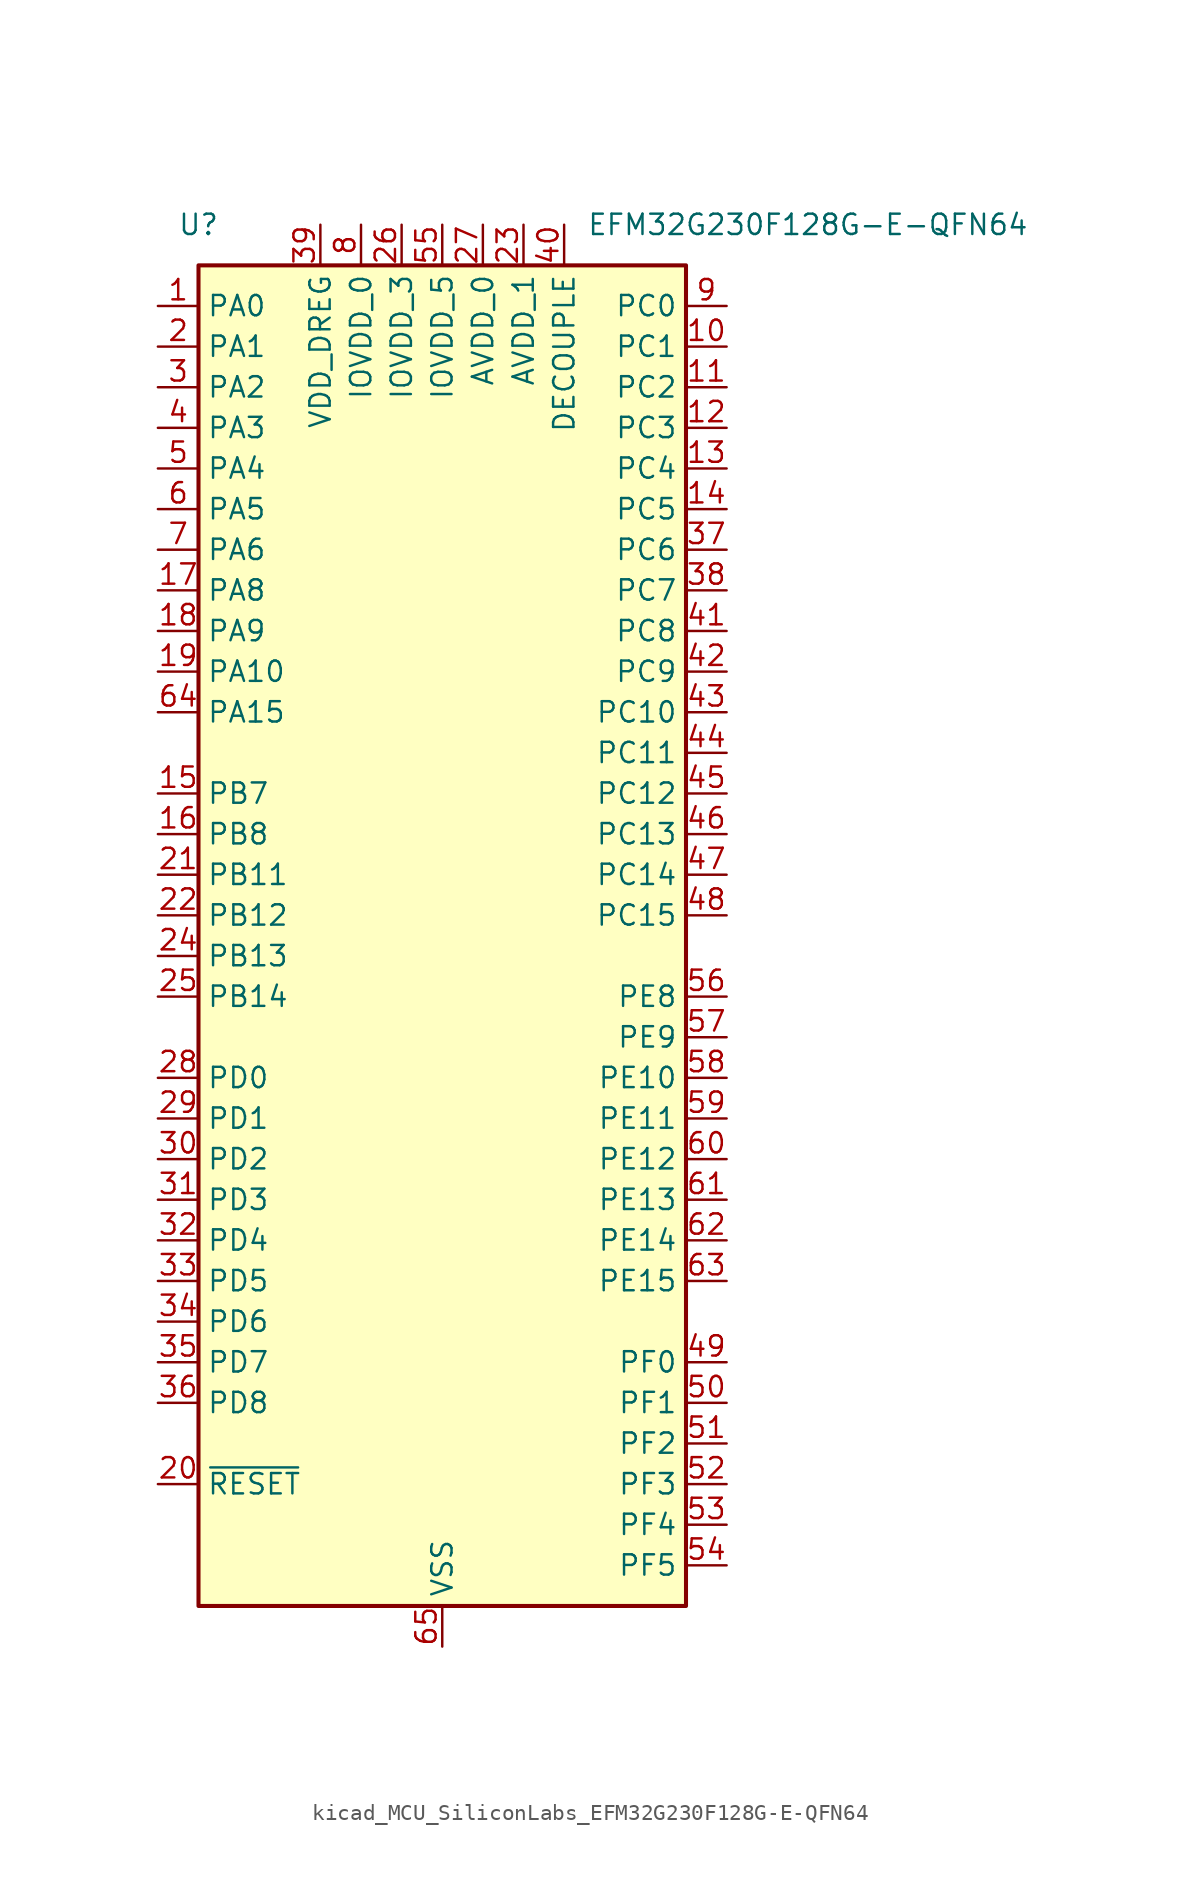
<source format=kicad_sym>
(kicad_symbol_lib
  (version 20220914)
  (generator kicad_symbol_editor)
  (symbol "kicad_MCU_SiliconLabs_EFM32G230F128G-E-QFN64"
    (property "Reference" "U"
      (at -15.24 43.18 0)
      (effects (font (size 1.27 1.27))))
    (property "Value" "EFM32G230F128G-E-QFN64"
      (at 22.86 43.18 0)
      (effects (font (size 1.27 1.27))))
    (symbol "kicad_MCU_SiliconLabs_EFM32G230F128G-E-QFN64_0_1"
      (rectangle (start -15.24 40.64) (end 15.24 -43.18) (stroke (width 0.254) (type default)) (fill (type background))))
    (symbol "kicad_MCU_SiliconLabs_EFM32G230F128G-E-QFN64_1_1"
      (pin bidirectional line (at -17.78 38.1 0) (length 2.54) (name "PA0" (effects (font (size 1.27 1.27)))) (number "1" (effects (font (size 1.27 1.27)))))
      (pin bidirectional line (at 17.78 35.56 180) (length 2.54) (name "PC1" (effects (font (size 1.27 1.27)))) (number "10" (effects (font (size 1.27 1.27)))))
      (pin bidirectional line (at 17.78 33.02 180) (length 2.54) (name "PC2" (effects (font (size 1.27 1.27)))) (number "11" (effects (font (size 1.27 1.27)))))
      (pin bidirectional line (at 17.78 30.48 180) (length 2.54) (name "PC3" (effects (font (size 1.27 1.27)))) (number "12" (effects (font (size 1.27 1.27)))))
      (pin bidirectional line (at 17.78 27.94 180) (length 2.54) (name "PC4" (effects (font (size 1.27 1.27)))) (number "13" (effects (font (size 1.27 1.27)))))
      (pin bidirectional line (at 17.78 25.4 180) (length 2.54) (name "PC5" (effects (font (size 1.27 1.27)))) (number "14" (effects (font (size 1.27 1.27)))))
      (pin bidirectional line (at -17.78 7.62 0) (length 2.54) (name "PB7" (effects (font (size 1.27 1.27)))) (number "15" (effects (font (size 1.27 1.27)))))
      (pin bidirectional line (at -17.78 5.08 0) (length 2.54) (name "PB8" (effects (font (size 1.27 1.27)))) (number "16" (effects (font (size 1.27 1.27)))))
      (pin bidirectional line (at -17.78 20.32 0) (length 2.54) (name "PA8" (effects (font (size 1.27 1.27)))) (number "17" (effects (font (size 1.27 1.27)))))
      (pin bidirectional line (at -17.78 17.78 0) (length 2.54) (name "PA9" (effects (font (size 1.27 1.27)))) (number "18" (effects (font (size 1.27 1.27)))))
      (pin bidirectional line (at -17.78 15.24 0) (length 2.54) (name "PA10" (effects (font (size 1.27 1.27)))) (number "19" (effects (font (size 1.27 1.27)))))
      (pin bidirectional line (at -17.78 35.56 0) (length 2.54) (name "PA1" (effects (font (size 1.27 1.27)))) (number "2" (effects (font (size 1.27 1.27)))))
      (pin input line (at -17.78 -35.56 0) (length 2.54) (name "~{RESET}" (effects (font (size 1.27 1.27)))) (number "20" (effects (font (size 1.27 1.27)))))
      (pin bidirectional line (at -17.78 2.54 0) (length 2.54) (name "PB11" (effects (font (size 1.27 1.27)))) (number "21" (effects (font (size 1.27 1.27)))))
      (pin bidirectional line (at -17.78 0 0) (length 2.54) (name "PB12" (effects (font (size 1.27 1.27)))) (number "22" (effects (font (size 1.27 1.27)))))
      (pin power_in line (at 5.08 43.18 270) (length 2.54) (name "AVDD_1" (effects (font (size 1.27 1.27)))) (number "23" (effects (font (size 1.27 1.27)))))
      (pin bidirectional line (at -17.78 -2.54 0) (length 2.54) (name "PB13" (effects (font (size 1.27 1.27)))) (number "24" (effects (font (size 1.27 1.27)))))
      (pin bidirectional line (at -17.78 -5.08 0) (length 2.54) (name "PB14" (effects (font (size 1.27 1.27)))) (number "25" (effects (font (size 1.27 1.27)))))
      (pin power_in line (at -2.54 43.18 270) (length 2.54) (name "IOVDD_3" (effects (font (size 1.27 1.27)))) (number "26" (effects (font (size 1.27 1.27)))))
      (pin power_in line (at 2.54 43.18 270) (length 2.54) (name "AVDD_0" (effects (font (size 1.27 1.27)))) (number "27" (effects (font (size 1.27 1.27)))))
      (pin bidirectional line (at -17.78 -10.16 0) (length 2.54) (name "PD0" (effects (font (size 1.27 1.27)))) (number "28" (effects (font (size 1.27 1.27)))))
      (pin bidirectional line (at -17.78 -12.7 0) (length 2.54) (name "PD1" (effects (font (size 1.27 1.27)))) (number "29" (effects (font (size 1.27 1.27)))))
      (pin bidirectional line (at -17.78 33.02 0) (length 2.54) (name "PA2" (effects (font (size 1.27 1.27)))) (number "3" (effects (font (size 1.27 1.27)))))
      (pin bidirectional line (at -17.78 -15.24 0) (length 2.54) (name "PD2" (effects (font (size 1.27 1.27)))) (number "30" (effects (font (size 1.27 1.27)))))
      (pin bidirectional line (at -17.78 -17.78 0) (length 2.54) (name "PD3" (effects (font (size 1.27 1.27)))) (number "31" (effects (font (size 1.27 1.27)))))
      (pin bidirectional line (at -17.78 -20.32 0) (length 2.54) (name "PD4" (effects (font (size 1.27 1.27)))) (number "32" (effects (font (size 1.27 1.27)))))
      (pin bidirectional line (at -17.78 -22.86 0) (length 2.54) (name "PD5" (effects (font (size 1.27 1.27)))) (number "33" (effects (font (size 1.27 1.27)))))
      (pin bidirectional line (at -17.78 -25.4 0) (length 2.54) (name "PD6" (effects (font (size 1.27 1.27)))) (number "34" (effects (font (size 1.27 1.27)))))
      (pin bidirectional line (at -17.78 -27.94 0) (length 2.54) (name "PD7" (effects (font (size 1.27 1.27)))) (number "35" (effects (font (size 1.27 1.27)))))
      (pin bidirectional line (at -17.78 -30.48 0) (length 2.54) (name "PD8" (effects (font (size 1.27 1.27)))) (number "36" (effects (font (size 1.27 1.27)))))
      (pin bidirectional line (at 17.78 22.86 180) (length 2.54) (name "PC6" (effects (font (size 1.27 1.27)))) (number "37" (effects (font (size 1.27 1.27)))))
      (pin bidirectional line (at 17.78 20.32 180) (length 2.54) (name "PC7" (effects (font (size 1.27 1.27)))) (number "38" (effects (font (size 1.27 1.27)))))
      (pin power_in line (at -7.62 43.18 270) (length 2.54) (name "VDD_DREG" (effects (font (size 1.27 1.27)))) (number "39" (effects (font (size 1.27 1.27)))))
      (pin bidirectional line (at -17.78 30.48 0) (length 2.54) (name "PA3" (effects (font (size 1.27 1.27)))) (number "4" (effects (font (size 1.27 1.27)))))
      (pin passive line (at 7.62 43.18 270) (length 2.54) (name "DECOUPLE" (effects (font (size 1.27 1.27)))) (number "40" (effects (font (size 1.27 1.27)))))
      (pin bidirectional line (at 17.78 17.78 180) (length 2.54) (name "PC8" (effects (font (size 1.27 1.27)))) (number "41" (effects (font (size 1.27 1.27)))))
      (pin bidirectional line (at 17.78 15.24 180) (length 2.54) (name "PC9" (effects (font (size 1.27 1.27)))) (number "42" (effects (font (size 1.27 1.27)))))
      (pin bidirectional line (at 17.78 12.7 180) (length 2.54) (name "PC10" (effects (font (size 1.27 1.27)))) (number "43" (effects (font (size 1.27 1.27)))))
      (pin bidirectional line (at 17.78 10.16 180) (length 2.54) (name "PC11" (effects (font (size 1.27 1.27)))) (number "44" (effects (font (size 1.27 1.27)))))
      (pin bidirectional line (at 17.78 7.62 180) (length 2.54) (name "PC12" (effects (font (size 1.27 1.27)))) (number "45" (effects (font (size 1.27 1.27)))))
      (pin bidirectional line (at 17.78 5.08 180) (length 2.54) (name "PC13" (effects (font (size 1.27 1.27)))) (number "46" (effects (font (size 1.27 1.27)))))
      (pin bidirectional line (at 17.78 2.54 180) (length 2.54) (name "PC14" (effects (font (size 1.27 1.27)))) (number "47" (effects (font (size 1.27 1.27)))))
      (pin bidirectional line (at 17.78 0 180) (length 2.54) (name "PC15" (effects (font (size 1.27 1.27)))) (number "48" (effects (font (size 1.27 1.27)))))
      (pin bidirectional line (at 17.78 -27.94 180) (length 2.54) (name "PF0" (effects (font (size 1.27 1.27)))) (number "49" (effects (font (size 1.27 1.27)))))
      (pin bidirectional line (at -17.78 27.94 0) (length 2.54) (name "PA4" (effects (font (size 1.27 1.27)))) (number "5" (effects (font (size 1.27 1.27)))))
      (pin bidirectional line (at 17.78 -30.48 180) (length 2.54) (name "PF1" (effects (font (size 1.27 1.27)))) (number "50" (effects (font (size 1.27 1.27)))))
      (pin bidirectional line (at 17.78 -33.02 180) (length 2.54) (name "PF2" (effects (font (size 1.27 1.27)))) (number "51" (effects (font (size 1.27 1.27)))))
      (pin bidirectional line (at 17.78 -35.56 180) (length 2.54) (name "PF3" (effects (font (size 1.27 1.27)))) (number "52" (effects (font (size 1.27 1.27)))))
      (pin bidirectional line (at 17.78 -38.1 180) (length 2.54) (name "PF4" (effects (font (size 1.27 1.27)))) (number "53" (effects (font (size 1.27 1.27)))))
      (pin bidirectional line (at 17.78 -40.64 180) (length 2.54) (name "PF5" (effects (font (size 1.27 1.27)))) (number "54" (effects (font (size 1.27 1.27)))))
      (pin power_in line (at 0 43.18 270) (length 2.54) (name "IOVDD_5" (effects (font (size 1.27 1.27)))) (number "55" (effects (font (size 1.27 1.27)))))
      (pin bidirectional line (at 17.78 -5.08 180) (length 2.54) (name "PE8" (effects (font (size 1.27 1.27)))) (number "56" (effects (font (size 1.27 1.27)))))
      (pin bidirectional line (at 17.78 -7.62 180) (length 2.54) (name "PE9" (effects (font (size 1.27 1.27)))) (number "57" (effects (font (size 1.27 1.27)))))
      (pin bidirectional line (at 17.78 -10.16 180) (length 2.54) (name "PE10" (effects (font (size 1.27 1.27)))) (number "58" (effects (font (size 1.27 1.27)))))
      (pin bidirectional line (at 17.78 -12.7 180) (length 2.54) (name "PE11" (effects (font (size 1.27 1.27)))) (number "59" (effects (font (size 1.27 1.27)))))
      (pin bidirectional line (at -17.78 25.4 0) (length 2.54) (name "PA5" (effects (font (size 1.27 1.27)))) (number "6" (effects (font (size 1.27 1.27)))))
      (pin bidirectional line (at 17.78 -15.24 180) (length 2.54) (name "PE12" (effects (font (size 1.27 1.27)))) (number "60" (effects (font (size 1.27 1.27)))))
      (pin bidirectional line (at 17.78 -17.78 180) (length 2.54) (name "PE13" (effects (font (size 1.27 1.27)))) (number "61" (effects (font (size 1.27 1.27)))))
      (pin bidirectional line (at 17.78 -20.32 180) (length 2.54) (name "PE14" (effects (font (size 1.27 1.27)))) (number "62" (effects (font (size 1.27 1.27)))))
      (pin bidirectional line (at 17.78 -22.86 180) (length 2.54) (name "PE15" (effects (font (size 1.27 1.27)))) (number "63" (effects (font (size 1.27 1.27)))))
      (pin bidirectional line (at -17.78 12.7 0) (length 2.54) (name "PA15" (effects (font (size 1.27 1.27)))) (number "64" (effects (font (size 1.27 1.27)))))
      (pin power_in line (at 0 -45.72 90) (length 2.54) (name "VSS" (effects (font (size 1.27 1.27)))) (number "65" (effects (font (size 1.27 1.27)))))
      (pin bidirectional line (at -17.78 22.86 0) (length 2.54) (name "PA6" (effects (font (size 1.27 1.27)))) (number "7" (effects (font (size 1.27 1.27)))))
      (pin power_in line (at -5.08 43.18 270) (length 2.54) (name "IOVDD_0" (effects (font (size 1.27 1.27)))) (number "8" (effects (font (size 1.27 1.27)))))
      (pin bidirectional line (at 17.78 38.1 180) (length 2.54) (name "PC0" (effects (font (size 1.27 1.27)))) (number "9" (effects (font (size 1.27 1.27))))))))
</source>
